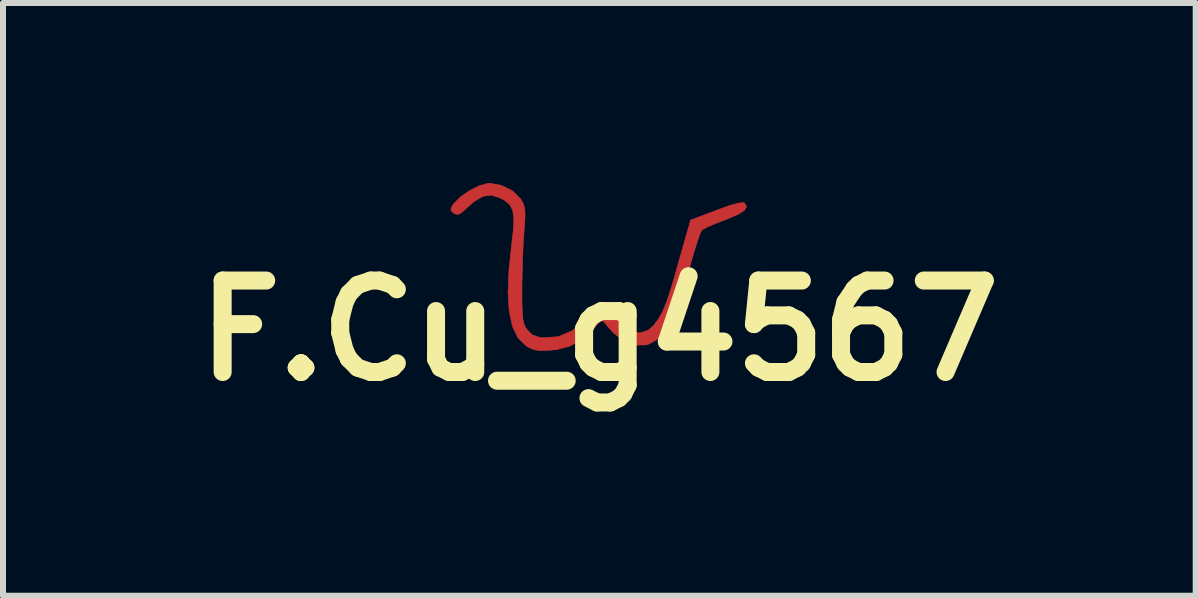
<source format=kicad_pcb>
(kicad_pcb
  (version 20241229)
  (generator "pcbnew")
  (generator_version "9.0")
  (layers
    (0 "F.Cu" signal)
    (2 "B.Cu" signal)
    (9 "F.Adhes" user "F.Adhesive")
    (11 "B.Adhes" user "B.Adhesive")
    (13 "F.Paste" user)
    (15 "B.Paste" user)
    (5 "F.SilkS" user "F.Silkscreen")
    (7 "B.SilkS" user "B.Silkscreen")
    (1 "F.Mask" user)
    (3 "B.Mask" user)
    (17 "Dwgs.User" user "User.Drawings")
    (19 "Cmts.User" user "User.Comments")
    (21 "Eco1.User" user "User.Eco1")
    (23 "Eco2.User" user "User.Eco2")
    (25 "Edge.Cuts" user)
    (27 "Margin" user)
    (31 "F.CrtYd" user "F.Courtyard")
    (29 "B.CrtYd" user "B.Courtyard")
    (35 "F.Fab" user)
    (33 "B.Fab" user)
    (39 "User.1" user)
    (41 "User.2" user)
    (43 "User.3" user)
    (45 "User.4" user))
  (footprint "F.Cu_g4567"
    (layer "F.Cu")
    (at 6.938 2.46)
    (property "Reference" "F.Cu_g4567" (at 0 0 0) (layer "F.SilkS") (effects (font (size 1.524 1.524) (thickness 0.3))))
    (attr through_hole)
    (fp_poly (pts (xy -1.631 -2.421) (xy -1.448 -2.329) (xy -1.312 -2.195) (xy -1.304 -2.184) (xy -1.266 -2.113) (xy -1.244 -2.039) (xy -1.238 -1.938) (xy -1.244 -1.79) (xy -1.255 -1.651) (xy -1.269 -1.443) (xy -1.28 -1.185) (xy -1.287 -0.912) (xy -1.29 -0.691) (xy -1.289 -0.459) (xy -1.284 -0.295) (xy -1.273 -0.182) (xy -1.254 -0.104) (xy -1.224 -0.044) (xy -1.202 -0.014) (xy -1.116 0.071) (xy -1.003 0.111) (xy -0.93 0.119) (xy -0.682 0.1) (xy -0.454 0.003) (xy -0.241 -0.175) (xy -0.186 -0.236) (xy -0.081 -0.35) (xy 0.009 -0.432) (xy 0.066 -0.466) (xy 0.068 -0.466) (xy 0.124 -0.433) (xy 0.197 -0.349) (xy 0.23 -0.302) (xy 0.377 -0.111) (xy 0.527 0.003) (xy 0.674 0.039) (xy 0.814 -0.005) (xy 0.908 -0.09) (xy 0.989 -0.199) (xy 1.059 -0.327) (xy 1.126 -0.491) (xy 1.197 -0.708) (xy 1.256 -0.91) (xy 1.315 -1.121) (xy 1.378 -1.34) (xy 1.431 -1.529) (xy 1.442 -1.567) (xy 1.521 -1.842) (xy 1.95 -2.005) (xy 2.168 -2.084) (xy 2.316 -2.126) (xy 2.401 -2.134) (xy 2.422 -2.124) (xy 2.453 -2.066) (xy 2.42 -2.006) (xy 2.317 -1.94) (xy 2.139 -1.864) (xy 2.09 -1.845) (xy 1.93 -1.783) (xy 1.799 -1.726) (xy 1.719 -1.684) (xy 1.709 -1.676) (xy 1.68 -1.62) (xy 1.637 -1.498) (xy 1.583 -1.327) (xy 1.524 -1.124) (xy 1.507 -1.063) (xy 1.397 -0.681) (xy 1.291 -0.376) (xy 1.185 -0.141) (xy 1.075 0.032) (xy 0.957 0.151) (xy 0.828 0.223) (xy 0.776 0.238) (xy 0.602 0.241) (xy 0.419 0.175) (xy 0.246 0.048) (xy 0.193 -0.009) (xy 0.042 -0.186) (xy -0.128 -0.009) (xy -0.313 0.158) (xy -0.496 0.261) (xy -0.709 0.315) (xy -0.824 0.327) (xy -0.981 0.333) (xy -1.09 0.318) (xy -1.186 0.274) (xy -1.228 0.247) (xy -1.356 0.119) (xy -1.447 -0.069) (xy -1.502 -0.319) (xy -1.522 -0.636) (xy -1.505 -1.023) (xy -1.461 -1.437) (xy -1.432 -1.688) (xy -1.425 -1.872) (xy -1.443 -2.002) (xy -1.49 -2.095) (xy -1.57 -2.165) (xy -1.656 -2.213) (xy -1.801 -2.258) (xy -1.94 -2.239) (xy -2.087 -2.153) (xy -2.203 -2.05) (xy -2.299 -1.965) (xy -2.361 -1.934) (xy -2.414 -1.949) (xy -2.426 -1.958) (xy -2.474 -2.002) (xy -2.468 -2.051) (xy -2.429 -2.111) (xy -2.32 -2.224) (xy -2.167 -2.331) (xy -2.003 -2.413) (xy -1.856 -2.454) (xy -1.829 -2.455) (xy -1.631 -2.421)) (stroke (width 0.01) (type solid)) (fill yes) (layer "F.Cu")))
  (gr_rect
    (start -3 -3)
    (end 16.876 6.878)
    (stroke (width 0.1) (type default))
    (fill no)
    (layer "Edge.Cuts")))
</source>
